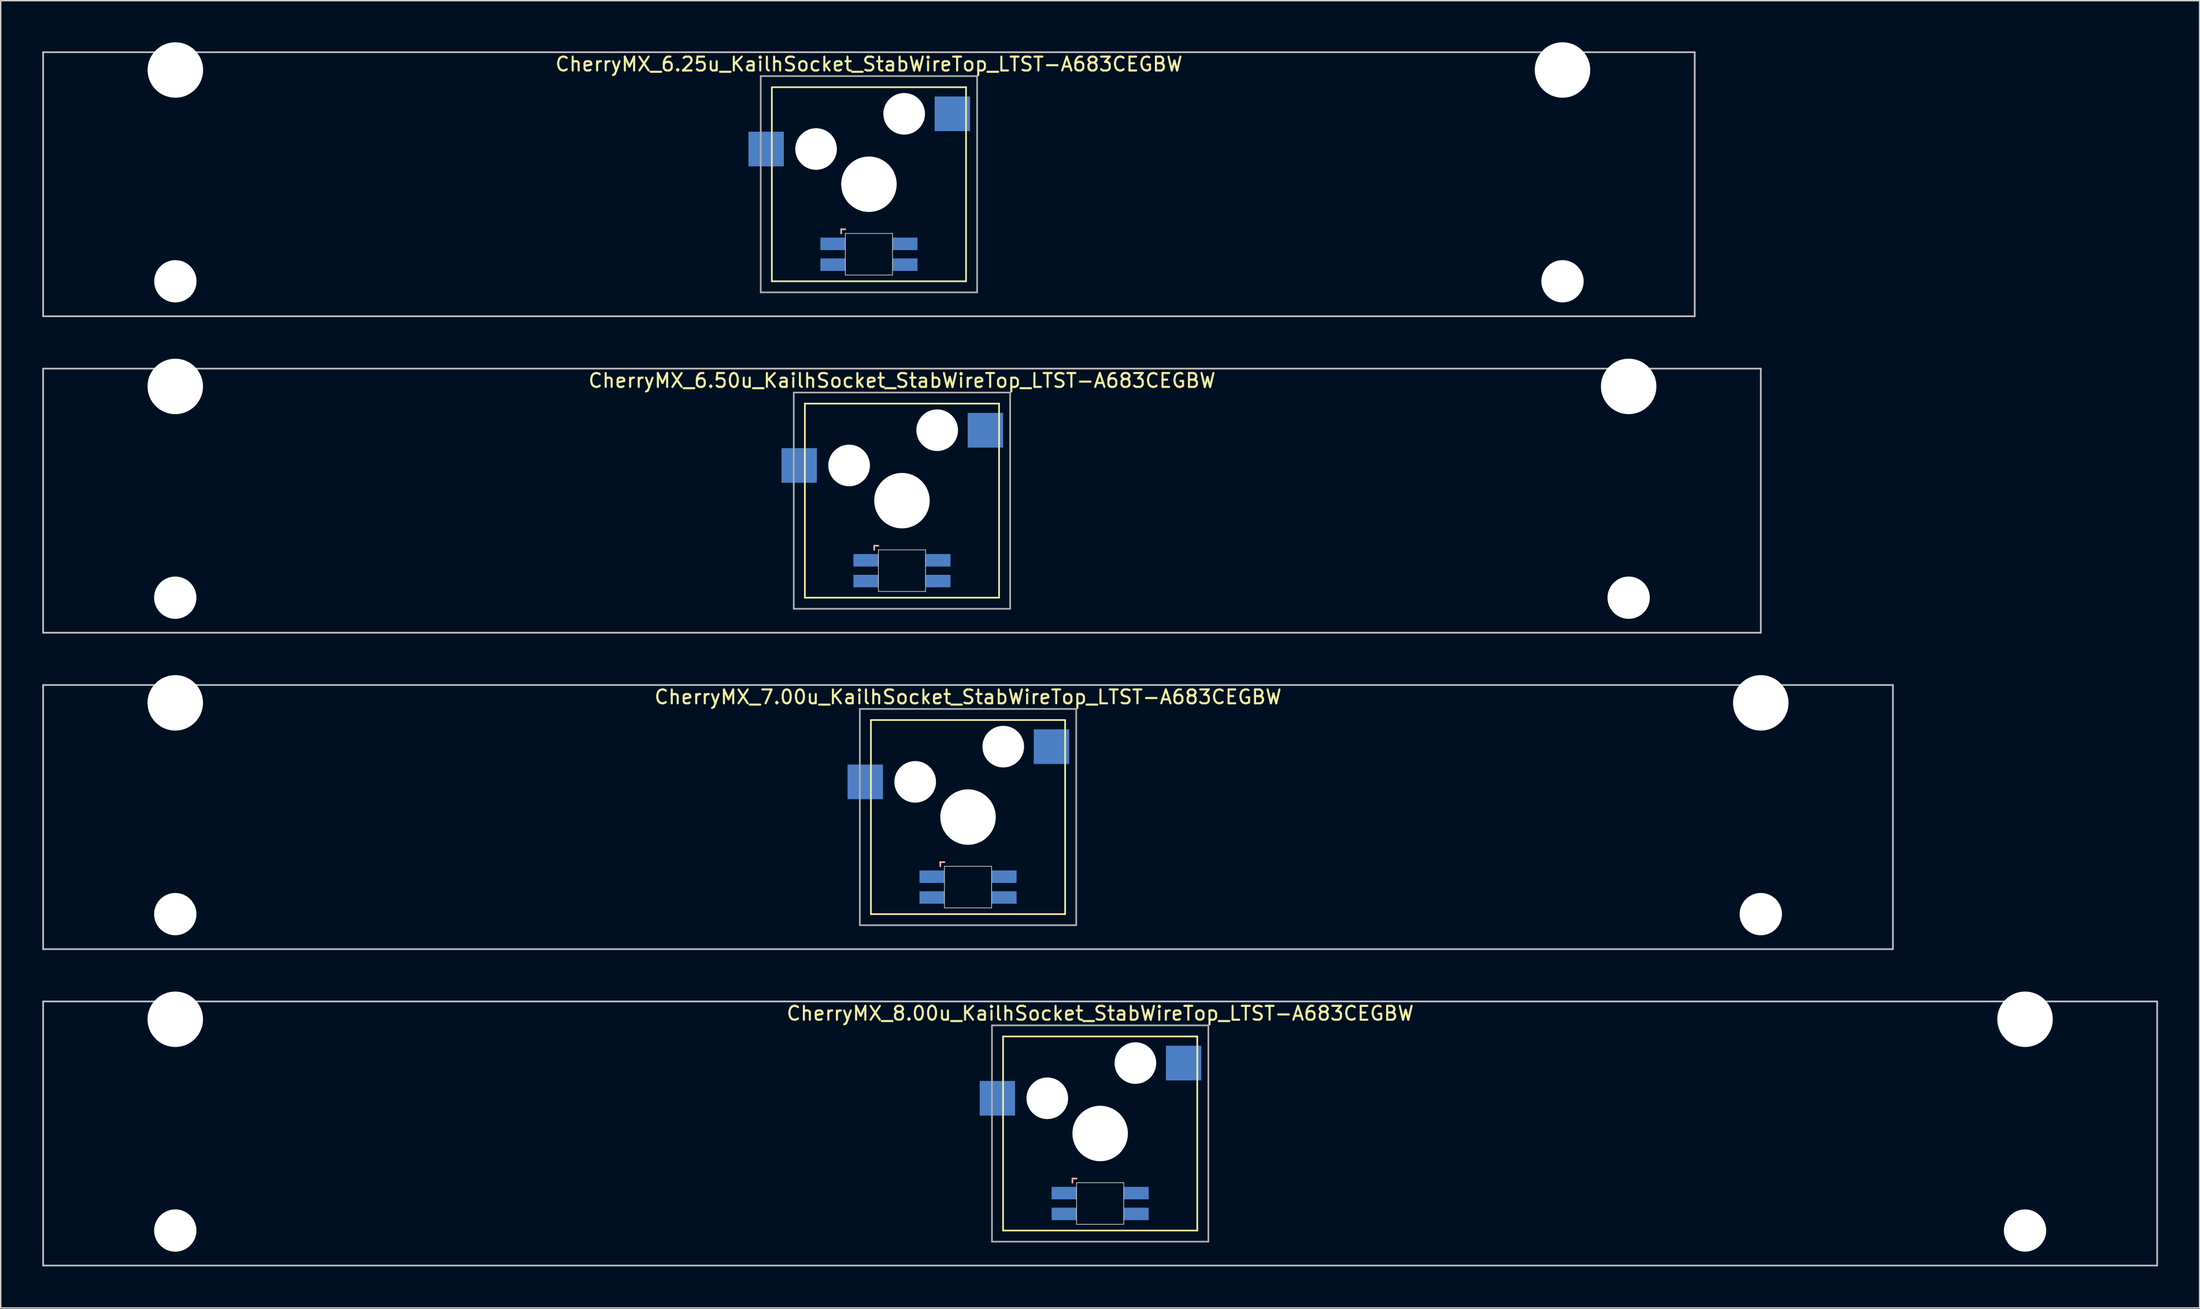
<source format=kicad_pcb>
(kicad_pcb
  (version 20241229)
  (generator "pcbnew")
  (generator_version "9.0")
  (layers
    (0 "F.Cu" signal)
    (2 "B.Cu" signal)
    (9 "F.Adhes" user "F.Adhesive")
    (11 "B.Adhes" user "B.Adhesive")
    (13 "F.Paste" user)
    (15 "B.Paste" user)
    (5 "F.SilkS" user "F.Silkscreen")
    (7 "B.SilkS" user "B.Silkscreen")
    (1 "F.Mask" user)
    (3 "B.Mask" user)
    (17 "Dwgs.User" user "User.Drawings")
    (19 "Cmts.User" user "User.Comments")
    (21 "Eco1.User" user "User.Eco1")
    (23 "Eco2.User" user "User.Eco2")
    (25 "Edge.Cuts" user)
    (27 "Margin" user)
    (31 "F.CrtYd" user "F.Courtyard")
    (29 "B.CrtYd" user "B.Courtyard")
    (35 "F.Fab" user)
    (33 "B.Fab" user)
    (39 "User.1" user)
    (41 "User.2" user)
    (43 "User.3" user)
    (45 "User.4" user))
  (footprint "CherryMX_8.00u_KailhSocket_StabWireTop_LTST-A683CEGBW"
    (layer "F.Cu")
    (at 76.26 78.715)
    (property "Reference" "CherryMX_8.00u_KailhSocket_StabWireTop_LTST-A683CEGBW" (at 0 -8.662 0) (layer "F.SilkS") (effects (font (size 1 1) (thickness 0.15))))
    (attr through_hole)
    (fp_line (start -7 -7) (end -7 7) (stroke (width 0.12) (type solid)) (layer "F.SilkS"))
    (fp_line (start -7 -7) (end 7 -7) (stroke (width 0.12) (type solid)) (layer "F.SilkS"))
    (fp_line (start 7 -7) (end 7 7) (stroke (width 0.12) (type solid)) (layer "F.SilkS"))
    (fp_line (start 7 7) (end -7 7) (stroke (width 0.12) (type solid)) (layer "F.SilkS"))
    (fp_line (start -2 3.25) (end -2 3.55) (stroke (width 0.12) (type solid)) (layer "B.SilkS"))
    (fp_line (start -1.7 3.25) (end -2 3.25) (stroke (width 0.12) (type solid)) (layer "B.SilkS"))
    (fp_line (start -76.2 -9.525) (end 76.2 -9.525) (stroke (width 0.12) (type solid)) (layer "Dwgs.User"))
    (fp_line (start -76.2 9.525) (end -76.2 -9.525) (stroke (width 0.12) (type solid)) (layer "Dwgs.User"))
    (fp_line (start 76.2 -9.525) (end 76.2 9.525) (stroke (width 0.12) (type solid)) (layer "Dwgs.User"))
    (fp_line (start 76.2 9.525) (end -76.2 9.525) (stroke (width 0.12) (type solid)) (layer "Dwgs.User"))
    (fp_line (start -1.7 3.55) (end 1.7 3.55) (stroke (width 0.05) (type solid)) (layer "Edge.Cuts"))
    (fp_line (start -1.7 6.55) (end -1.7 3.55) (stroke (width 0.05) (type solid)) (layer "Edge.Cuts"))
    (fp_line (start 1.7 3.55) (end 1.7 6.55) (stroke (width 0.05) (type solid)) (layer "Edge.Cuts"))
    (fp_line (start 1.7 6.55) (end -1.7 6.55) (stroke (width 0.05) (type solid)) (layer "Edge.Cuts"))
    (fp_line (start -7.8 -7.8) (end -7.8 7.8) (stroke (width 0.12) (type solid)) (layer "F.Fab"))
    (fp_line (start -7.8 -7.8) (end 7.8 -7.8) (stroke (width 0.12) (type solid)) (layer "F.Fab"))
    (fp_line (start -7.8 7.8) (end 7.8 7.8) (stroke (width 0.12) (type solid)) (layer "F.Fab"))
    (fp_line (start 7.8 -7.8) (end 7.8 7.8) (stroke (width 0.12) (type solid)) (layer "F.Fab"))
    (pad "" np_thru_hole circle (at -66.675 -8.24) (size 4 4) (drill 4) (layers "*.Cu" "*.Mask"))
    (pad "" np_thru_hole circle (at -66.675 7) (size 3.05 3.05) (drill 3.05) (layers "*.Cu" "*.Mask"))
    (pad "" np_thru_hole circle (at -3.81 -2.54) (size 3 3) (drill 3) (layers "*.Cu" "*.Mask"))
    (pad "" np_thru_hole circle (at 0 0) (size 4 4) (drill 4) (layers "*.Cu" "*.Mask"))
    (pad "" np_thru_hole circle (at 2.54 -5.08) (size 3 3) (drill 3) (layers "*.Cu" "*.Mask"))
    (pad "" np_thru_hole circle (at 66.675 -8.24) (size 4 4) (drill 4) (layers "*.Cu" "*.Mask"))
    (pad "" np_thru_hole circle (at 66.675 7) (size 3.05 3.05) (drill 3.05) (layers "*.Cu" "*.Mask"))
    (pad "1" smd rect (at -7.41 -2.54) (size 2.55 2.5) (layers "B.Cu" "B.Mask" "B.Paste"))
    (pad "2" smd rect (at 6.015 -5.08) (size 2.55 2.5) (layers "B.Cu" "B.Mask" "B.Paste"))
    (pad "3" smd rect (at -2.6 4.3) (size 1.8 0.9) (layers "B.Cu" "B.Mask" "B.Paste"))
    (pad "4" smd rect (at -2.6 5.8) (size 1.8 0.9) (layers "B.Cu" "B.Mask" "B.Paste"))
    (pad "5" smd rect (at 2.6 4.3) (size 1.8 0.9) (layers "B.Cu" "B.Mask" "B.Paste"))
    (pad "6" smd rect (at 2.6 5.8) (size 1.8 0.9) (layers "B.Cu" "B.Mask" "B.Paste")))
  (footprint "CherryMX_6.50u_KailhSocket_StabWireTop_LTST-A683CEGBW"
    (layer "F.Cu")
    (at 61.972 33.065)
    (property "Reference" "CherryMX_6.50u_KailhSocket_StabWireTop_LTST-A683CEGBW" (at 0 -8.662 0) (layer "F.SilkS") (effects (font (size 1 1) (thickness 0.15))))
    (attr through_hole)
    (fp_line (start -7 -7) (end -7 7) (stroke (width 0.12) (type solid)) (layer "F.SilkS"))
    (fp_line (start -7 -7) (end 7 -7) (stroke (width 0.12) (type solid)) (layer "F.SilkS"))
    (fp_line (start 7 -7) (end 7 7) (stroke (width 0.12) (type solid)) (layer "F.SilkS"))
    (fp_line (start 7 7) (end -7 7) (stroke (width 0.12) (type solid)) (layer "F.SilkS"))
    (fp_line (start -2 3.25) (end -2 3.55) (stroke (width 0.12) (type solid)) (layer "B.SilkS"))
    (fp_line (start -1.7 3.25) (end -2 3.25) (stroke (width 0.12) (type solid)) (layer "B.SilkS"))
    (fp_line (start -61.913 -9.525) (end 61.913 -9.525) (stroke (width 0.12) (type solid)) (layer "Dwgs.User"))
    (fp_line (start -61.913 9.525) (end -61.913 -9.525) (stroke (width 0.12) (type solid)) (layer "Dwgs.User"))
    (fp_line (start 61.913 -9.525) (end 61.913 9.525) (stroke (width 0.12) (type solid)) (layer "Dwgs.User"))
    (fp_line (start 61.913 9.525) (end -61.913 9.525) (stroke (width 0.12) (type solid)) (layer "Dwgs.User"))
    (fp_line (start -1.7 3.55) (end 1.7 3.55) (stroke (width 0.05) (type solid)) (layer "Edge.Cuts"))
    (fp_line (start -1.7 6.55) (end -1.7 3.55) (stroke (width 0.05) (type solid)) (layer "Edge.Cuts"))
    (fp_line (start 1.7 3.55) (end 1.7 6.55) (stroke (width 0.05) (type solid)) (layer "Edge.Cuts"))
    (fp_line (start 1.7 6.55) (end -1.7 6.55) (stroke (width 0.05) (type solid)) (layer "Edge.Cuts"))
    (fp_line (start -7.8 -7.8) (end -7.8 7.8) (stroke (width 0.12) (type solid)) (layer "F.Fab"))
    (fp_line (start -7.8 -7.8) (end 7.8 -7.8) (stroke (width 0.12) (type solid)) (layer "F.Fab"))
    (fp_line (start -7.8 7.8) (end 7.8 7.8) (stroke (width 0.12) (type solid)) (layer "F.Fab"))
    (fp_line (start 7.8 -7.8) (end 7.8 7.8) (stroke (width 0.12) (type solid)) (layer "F.Fab"))
    (pad "" np_thru_hole circle (at -52.388 -8.24) (size 4 4) (drill 4) (layers "*.Cu" "*.Mask"))
    (pad "" np_thru_hole circle (at -52.388 7) (size 3.05 3.05) (drill 3.05) (layers "*.Cu" "*.Mask"))
    (pad "" np_thru_hole circle (at -3.81 -2.54) (size 3 3) (drill 3) (layers "*.Cu" "*.Mask"))
    (pad "" np_thru_hole circle (at 0 0) (size 4 4) (drill 4) (layers "*.Cu" "*.Mask"))
    (pad "" np_thru_hole circle (at 2.54 -5.08) (size 3 3) (drill 3) (layers "*.Cu" "*.Mask"))
    (pad "" np_thru_hole circle (at 52.388 -8.24) (size 4 4) (drill 4) (layers "*.Cu" "*.Mask"))
    (pad "" np_thru_hole circle (at 52.388 7) (size 3.05 3.05) (drill 3.05) (layers "*.Cu" "*.Mask"))
    (pad "1" smd rect (at -7.41 -2.54) (size 2.55 2.5) (layers "B.Cu" "B.Mask" "B.Paste"))
    (pad "2" smd rect (at 6.015 -5.08) (size 2.55 2.5) (layers "B.Cu" "B.Mask" "B.Paste"))
    (pad "3" smd rect (at -2.6 4.3) (size 1.8 0.9) (layers "B.Cu" "B.Mask" "B.Paste"))
    (pad "4" smd rect (at -2.6 5.8) (size 1.8 0.9) (layers "B.Cu" "B.Mask" "B.Paste"))
    (pad "5" smd rect (at 2.6 4.3) (size 1.8 0.9) (layers "B.Cu" "B.Mask" "B.Paste"))
    (pad "6" smd rect (at 2.6 5.8) (size 1.8 0.9) (layers "B.Cu" "B.Mask" "B.Paste")))
  (footprint "CherryMX_7.00u_KailhSocket_StabWireTop_LTST-A683CEGBW"
    (layer "F.Cu")
    (at 66.735 55.89)
    (property "Reference" "CherryMX_7.00u_KailhSocket_StabWireTop_LTST-A683CEGBW" (at 0 -8.662 0) (layer "F.SilkS") (effects (font (size 1 1) (thickness 0.15))))
    (attr through_hole)
    (fp_line (start -7 -7) (end -7 7) (stroke (width 0.12) (type solid)) (layer "F.SilkS"))
    (fp_line (start -7 -7) (end 7 -7) (stroke (width 0.12) (type solid)) (layer "F.SilkS"))
    (fp_line (start 7 -7) (end 7 7) (stroke (width 0.12) (type solid)) (layer "F.SilkS"))
    (fp_line (start 7 7) (end -7 7) (stroke (width 0.12) (type solid)) (layer "F.SilkS"))
    (fp_line (start -2 3.25) (end -2 3.55) (stroke (width 0.12) (type solid)) (layer "B.SilkS"))
    (fp_line (start -1.7 3.25) (end -2 3.25) (stroke (width 0.12) (type solid)) (layer "B.SilkS"))
    (fp_line (start -66.675 -9.525) (end 66.675 -9.525) (stroke (width 0.12) (type solid)) (layer "Dwgs.User"))
    (fp_line (start -66.675 9.525) (end -66.675 -9.525) (stroke (width 0.12) (type solid)) (layer "Dwgs.User"))
    (fp_line (start 66.675 -9.525) (end 66.675 9.525) (stroke (width 0.12) (type solid)) (layer "Dwgs.User"))
    (fp_line (start 66.675 9.525) (end -66.675 9.525) (stroke (width 0.12) (type solid)) (layer "Dwgs.User"))
    (fp_line (start -1.7 3.55) (end 1.7 3.55) (stroke (width 0.05) (type solid)) (layer "Edge.Cuts"))
    (fp_line (start -1.7 6.55) (end -1.7 3.55) (stroke (width 0.05) (type solid)) (layer "Edge.Cuts"))
    (fp_line (start 1.7 3.55) (end 1.7 6.55) (stroke (width 0.05) (type solid)) (layer "Edge.Cuts"))
    (fp_line (start 1.7 6.55) (end -1.7 6.55) (stroke (width 0.05) (type solid)) (layer "Edge.Cuts"))
    (fp_line (start -7.8 -7.8) (end -7.8 7.8) (stroke (width 0.12) (type solid)) (layer "F.Fab"))
    (fp_line (start -7.8 -7.8) (end 7.8 -7.8) (stroke (width 0.12) (type solid)) (layer "F.Fab"))
    (fp_line (start -7.8 7.8) (end 7.8 7.8) (stroke (width 0.12) (type solid)) (layer "F.Fab"))
    (fp_line (start 7.8 -7.8) (end 7.8 7.8) (stroke (width 0.12) (type solid)) (layer "F.Fab"))
    (pad "" np_thru_hole circle (at -57.15 -8.24) (size 4 4) (drill 4) (layers "*.Cu" "*.Mask"))
    (pad "" np_thru_hole circle (at -57.15 7) (size 3.05 3.05) (drill 3.05) (layers "*.Cu" "*.Mask"))
    (pad "" np_thru_hole circle (at -3.81 -2.54) (size 3 3) (drill 3) (layers "*.Cu" "*.Mask"))
    (pad "" np_thru_hole circle (at 0 0) (size 4 4) (drill 4) (layers "*.Cu" "*.Mask"))
    (pad "" np_thru_hole circle (at 2.54 -5.08) (size 3 3) (drill 3) (layers "*.Cu" "*.Mask"))
    (pad "" np_thru_hole circle (at 57.15 -8.24) (size 4 4) (drill 4) (layers "*.Cu" "*.Mask"))
    (pad "" np_thru_hole circle (at 57.15 7) (size 3.05 3.05) (drill 3.05) (layers "*.Cu" "*.Mask"))
    (pad "1" smd rect (at -7.41 -2.54) (size 2.55 2.5) (layers "B.Cu" "B.Mask" "B.Paste"))
    (pad "2" smd rect (at 6.015 -5.08) (size 2.55 2.5) (layers "B.Cu" "B.Mask" "B.Paste"))
    (pad "3" smd rect (at -2.6 4.3) (size 1.8 0.9) (layers "B.Cu" "B.Mask" "B.Paste"))
    (pad "4" smd rect (at -2.6 5.8) (size 1.8 0.9) (layers "B.Cu" "B.Mask" "B.Paste"))
    (pad "5" smd rect (at 2.6 4.3) (size 1.8 0.9) (layers "B.Cu" "B.Mask" "B.Paste"))
    (pad "6" smd rect (at 2.6 5.8) (size 1.8 0.9) (layers "B.Cu" "B.Mask" "B.Paste")))
  (footprint "CherryMX_6.25u_KailhSocket_StabWireTop_LTST-A683CEGBW"
    (layer "F.Cu")
    (at 59.591 10.24)
    (property "Reference" "CherryMX_6.25u_KailhSocket_StabWireTop_LTST-A683CEGBW" (at 0 -8.662 0) (layer "F.SilkS") (effects (font (size 1 1) (thickness 0.15))))
    (attr through_hole)
    (fp_line (start -7 -7) (end -7 7) (stroke (width 0.12) (type solid)) (layer "F.SilkS"))
    (fp_line (start -7 -7) (end 7 -7) (stroke (width 0.12) (type solid)) (layer "F.SilkS"))
    (fp_line (start 7 -7) (end 7 7) (stroke (width 0.12) (type solid)) (layer "F.SilkS"))
    (fp_line (start 7 7) (end -7 7) (stroke (width 0.12) (type solid)) (layer "F.SilkS"))
    (fp_line (start -2 3.25) (end -2 3.55) (stroke (width 0.12) (type solid)) (layer "B.SilkS"))
    (fp_line (start -1.7 3.25) (end -2 3.25) (stroke (width 0.12) (type solid)) (layer "B.SilkS"))
    (fp_line (start -59.531 -9.525) (end 59.531 -9.525) (stroke (width 0.12) (type solid)) (layer "Dwgs.User"))
    (fp_line (start -59.531 9.525) (end -59.531 -9.525) (stroke (width 0.12) (type solid)) (layer "Dwgs.User"))
    (fp_line (start 59.531 -9.525) (end 59.531 9.525) (stroke (width 0.12) (type solid)) (layer "Dwgs.User"))
    (fp_line (start 59.531 9.525) (end -59.531 9.525) (stroke (width 0.12) (type solid)) (layer "Dwgs.User"))
    (fp_line (start -1.7 3.55) (end 1.7 3.55) (stroke (width 0.05) (type solid)) (layer "Edge.Cuts"))
    (fp_line (start -1.7 6.55) (end -1.7 3.55) (stroke (width 0.05) (type solid)) (layer "Edge.Cuts"))
    (fp_line (start 1.7 3.55) (end 1.7 6.55) (stroke (width 0.05) (type solid)) (layer "Edge.Cuts"))
    (fp_line (start 1.7 6.55) (end -1.7 6.55) (stroke (width 0.05) (type solid)) (layer "Edge.Cuts"))
    (fp_line (start -7.8 -7.8) (end -7.8 7.8) (stroke (width 0.12) (type solid)) (layer "F.Fab"))
    (fp_line (start -7.8 -7.8) (end 7.8 -7.8) (stroke (width 0.12) (type solid)) (layer "F.Fab"))
    (fp_line (start -7.8 7.8) (end 7.8 7.8) (stroke (width 0.12) (type solid)) (layer "F.Fab"))
    (fp_line (start 7.8 -7.8) (end 7.8 7.8) (stroke (width 0.12) (type solid)) (layer "F.Fab"))
    (pad "" np_thru_hole circle (at -50 -8.24) (size 4 4) (drill 4) (layers "*.Cu" "*.Mask"))
    (pad "" np_thru_hole circle (at -50 7) (size 3.05 3.05) (drill 3.05) (layers "*.Cu" "*.Mask"))
    (pad "" np_thru_hole circle (at -3.81 -2.54) (size 3 3) (drill 3) (layers "*.Cu" "*.Mask"))
    (pad "" np_thru_hole circle (at 0 0) (size 4 4) (drill 4) (layers "*.Cu" "*.Mask"))
    (pad "" np_thru_hole circle (at 2.54 -5.08) (size 3 3) (drill 3) (layers "*.Cu" "*.Mask"))
    (pad "" np_thru_hole circle (at 50 -8.24) (size 4 4) (drill 4) (layers "*.Cu" "*.Mask"))
    (pad "" np_thru_hole circle (at 50 7) (size 3.05 3.05) (drill 3.05) (layers "*.Cu" "*.Mask"))
    (pad "1" smd rect (at -7.41 -2.54) (size 2.55 2.5) (layers "B.Cu" "B.Mask" "B.Paste"))
    (pad "2" smd rect (at 6.015 -5.08) (size 2.55 2.5) (layers "B.Cu" "B.Mask" "B.Paste"))
    (pad "3" smd rect (at -2.6 4.3) (size 1.8 0.9) (layers "B.Cu" "B.Mask" "B.Paste"))
    (pad "4" smd rect (at -2.6 5.8) (size 1.8 0.9) (layers "B.Cu" "B.Mask" "B.Paste"))
    (pad "5" smd rect (at 2.6 4.3) (size 1.8 0.9) (layers "B.Cu" "B.Mask" "B.Paste"))
    (pad "6" smd rect (at 2.6 5.8) (size 1.8 0.9) (layers "B.Cu" "B.Mask" "B.Paste")))
  (gr_rect
    (start -3 -3)
    (end 155.52 91.3)
    (stroke (width 0.1) (type default))
    (fill no)
    (layer "Edge.Cuts")))
</source>
